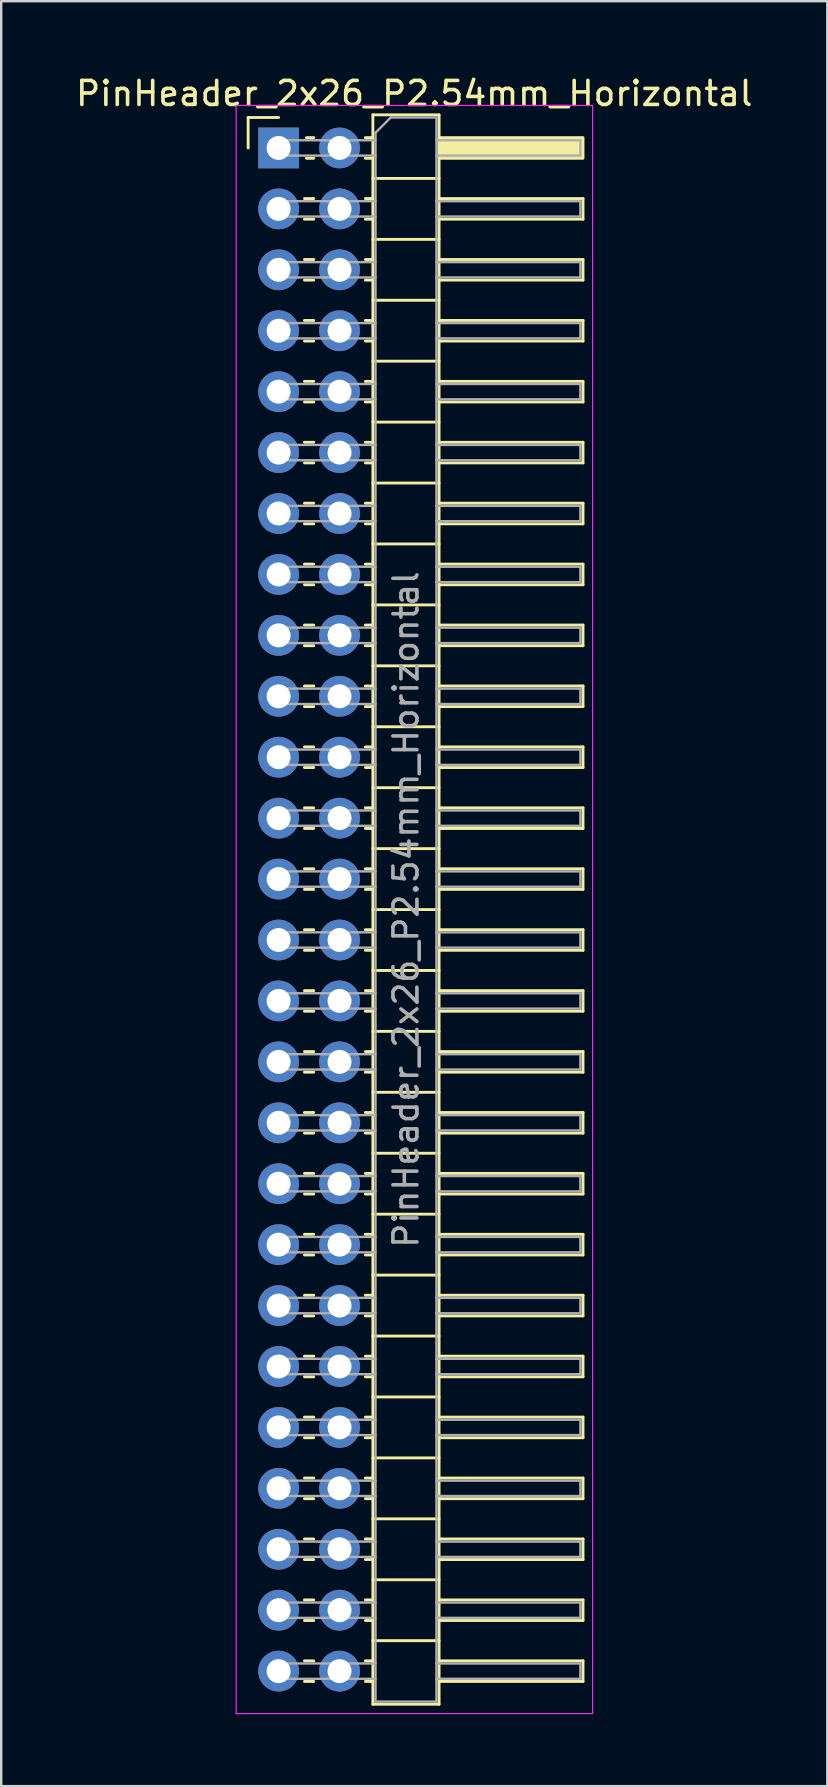
<source format=kicad_pcb>
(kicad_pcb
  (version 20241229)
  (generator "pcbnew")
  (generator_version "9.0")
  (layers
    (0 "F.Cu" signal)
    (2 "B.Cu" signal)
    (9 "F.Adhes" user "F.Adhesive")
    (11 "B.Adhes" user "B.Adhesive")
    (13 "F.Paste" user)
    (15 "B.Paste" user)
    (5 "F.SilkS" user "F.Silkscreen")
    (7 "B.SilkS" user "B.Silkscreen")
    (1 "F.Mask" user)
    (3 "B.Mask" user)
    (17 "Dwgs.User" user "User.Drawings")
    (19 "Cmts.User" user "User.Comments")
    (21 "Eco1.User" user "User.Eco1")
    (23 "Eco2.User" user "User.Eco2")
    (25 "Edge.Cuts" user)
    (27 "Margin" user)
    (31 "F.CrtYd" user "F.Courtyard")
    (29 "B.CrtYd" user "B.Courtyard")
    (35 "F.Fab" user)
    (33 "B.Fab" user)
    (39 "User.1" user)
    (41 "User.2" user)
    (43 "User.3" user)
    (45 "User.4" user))
  (footprint "PinHeader_2x26_P2.54mm_Horizontal"
    (layer "F.Cu")
    (at 8.565 3.118)
    (property "Reference" "PinHeader_2x26_P2.54mm_Horizontal" (at 5.655 -2.27 0) (layer "F.SilkS") (effects (font (size 1 1) (thickness 0.15))))
    (attr through_hole)
    (fp_line (start -1.27 -1.27) (end 0 -1.27) (stroke (width 0.12) (type solid)) (layer "F.SilkS"))
    (fp_line (start -1.27 0) (end -1.27 -1.27) (stroke (width 0.12) (type solid)) (layer "F.SilkS"))
    (fp_line (start 1.077 2.11) (end 1.463 2.11) (stroke (width 0.12) (type solid)) (layer "F.SilkS"))
    (fp_line (start 1.077 2.97) (end 1.463 2.97) (stroke (width 0.12) (type solid)) (layer "F.SilkS"))
    (fp_line (start 1.077 4.65) (end 1.463 4.65) (stroke (width 0.12) (type solid)) (layer "F.SilkS"))
    (fp_line (start 1.077 5.51) (end 1.463 5.51) (stroke (width 0.12) (type solid)) (layer "F.SilkS"))
    (fp_line (start 1.077 7.19) (end 1.463 7.19) (stroke (width 0.12) (type solid)) (layer "F.SilkS"))
    (fp_line (start 1.077 8.05) (end 1.463 8.05) (stroke (width 0.12) (type solid)) (layer "F.SilkS"))
    (fp_line (start 1.077 9.73) (end 1.463 9.73) (stroke (width 0.12) (type solid)) (layer "F.SilkS"))
    (fp_line (start 1.077 10.59) (end 1.463 10.59) (stroke (width 0.12) (type solid)) (layer "F.SilkS"))
    (fp_line (start 1.077 12.27) (end 1.463 12.27) (stroke (width 0.12) (type solid)) (layer "F.SilkS"))
    (fp_line (start 1.077 13.13) (end 1.463 13.13) (stroke (width 0.12) (type solid)) (layer "F.SilkS"))
    (fp_line (start 1.077 14.81) (end 1.463 14.81) (stroke (width 0.12) (type solid)) (layer "F.SilkS"))
    (fp_line (start 1.077 15.67) (end 1.463 15.67) (stroke (width 0.12) (type solid)) (layer "F.SilkS"))
    (fp_line (start 1.077 17.35) (end 1.463 17.35) (stroke (width 0.12) (type solid)) (layer "F.SilkS"))
    (fp_line (start 1.077 18.21) (end 1.463 18.21) (stroke (width 0.12) (type solid)) (layer "F.SilkS"))
    (fp_line (start 1.077 19.89) (end 1.463 19.89) (stroke (width 0.12) (type solid)) (layer "F.SilkS"))
    (fp_line (start 1.077 20.75) (end 1.463 20.75) (stroke (width 0.12) (type solid)) (layer "F.SilkS"))
    (fp_line (start 1.077 22.43) (end 1.463 22.43) (stroke (width 0.12) (type solid)) (layer "F.SilkS"))
    (fp_line (start 1.077 23.29) (end 1.463 23.29) (stroke (width 0.12) (type solid)) (layer "F.SilkS"))
    (fp_line (start 1.077 24.97) (end 1.463 24.97) (stroke (width 0.12) (type solid)) (layer "F.SilkS"))
    (fp_line (start 1.077 25.83) (end 1.463 25.83) (stroke (width 0.12) (type solid)) (layer "F.SilkS"))
    (fp_line (start 1.077 27.51) (end 1.463 27.51) (stroke (width 0.12) (type solid)) (layer "F.SilkS"))
    (fp_line (start 1.077 28.37) (end 1.463 28.37) (stroke (width 0.12) (type solid)) (layer "F.SilkS"))
    (fp_line (start 1.077 30.05) (end 1.463 30.05) (stroke (width 0.12) (type solid)) (layer "F.SilkS"))
    (fp_line (start 1.077 30.91) (end 1.463 30.91) (stroke (width 0.12) (type solid)) (layer "F.SilkS"))
    (fp_line (start 1.077 32.59) (end 1.463 32.59) (stroke (width 0.12) (type solid)) (layer "F.SilkS"))
    (fp_line (start 1.077 33.45) (end 1.463 33.45) (stroke (width 0.12) (type solid)) (layer "F.SilkS"))
    (fp_line (start 1.077 35.13) (end 1.463 35.13) (stroke (width 0.12) (type solid)) (layer "F.SilkS"))
    (fp_line (start 1.077 35.99) (end 1.463 35.99) (stroke (width 0.12) (type solid)) (layer "F.SilkS"))
    (fp_line (start 1.077 37.67) (end 1.463 37.67) (stroke (width 0.12) (type solid)) (layer "F.SilkS"))
    (fp_line (start 1.077 38.53) (end 1.463 38.53) (stroke (width 0.12) (type solid)) (layer "F.SilkS"))
    (fp_line (start 1.077 40.21) (end 1.463 40.21) (stroke (width 0.12) (type solid)) (layer "F.SilkS"))
    (fp_line (start 1.077 41.07) (end 1.463 41.07) (stroke (width 0.12) (type solid)) (layer "F.SilkS"))
    (fp_line (start 1.077 42.75) (end 1.463 42.75) (stroke (width 0.12) (type solid)) (layer "F.SilkS"))
    (fp_line (start 1.077 43.61) (end 1.463 43.61) (stroke (width 0.12) (type solid)) (layer "F.SilkS"))
    (fp_line (start 1.077 45.29) (end 1.463 45.29) (stroke (width 0.12) (type solid)) (layer "F.SilkS"))
    (fp_line (start 1.077 46.15) (end 1.463 46.15) (stroke (width 0.12) (type solid)) (layer "F.SilkS"))
    (fp_line (start 1.077 47.83) (end 1.463 47.83) (stroke (width 0.12) (type solid)) (layer "F.SilkS"))
    (fp_line (start 1.077 48.69) (end 1.463 48.69) (stroke (width 0.12) (type solid)) (layer "F.SilkS"))
    (fp_line (start 1.077 50.37) (end 1.463 50.37) (stroke (width 0.12) (type solid)) (layer "F.SilkS"))
    (fp_line (start 1.077 51.23) (end 1.463 51.23) (stroke (width 0.12) (type solid)) (layer "F.SilkS"))
    (fp_line (start 1.077 52.91) (end 1.463 52.91) (stroke (width 0.12) (type solid)) (layer "F.SilkS"))
    (fp_line (start 1.077 53.77) (end 1.463 53.77) (stroke (width 0.12) (type solid)) (layer "F.SilkS"))
    (fp_line (start 1.077 55.45) (end 1.463 55.45) (stroke (width 0.12) (type solid)) (layer "F.SilkS"))
    (fp_line (start 1.077 56.31) (end 1.463 56.31) (stroke (width 0.12) (type solid)) (layer "F.SilkS"))
    (fp_line (start 1.077 57.99) (end 1.463 57.99) (stroke (width 0.12) (type solid)) (layer "F.SilkS"))
    (fp_line (start 1.077 58.85) (end 1.463 58.85) (stroke (width 0.12) (type solid)) (layer "F.SilkS"))
    (fp_line (start 1.077 60.53) (end 1.463 60.53) (stroke (width 0.12) (type solid)) (layer "F.SilkS"))
    (fp_line (start 1.077 61.39) (end 1.463 61.39) (stroke (width 0.12) (type solid)) (layer "F.SilkS"))
    (fp_line (start 1.077 63.07) (end 1.463 63.07) (stroke (width 0.12) (type solid)) (layer "F.SilkS"))
    (fp_line (start 1.077 63.93) (end 1.463 63.93) (stroke (width 0.12) (type solid)) (layer "F.SilkS"))
    (fp_line (start 1.16 -0.43) (end 1.463 -0.43) (stroke (width 0.12) (type solid)) (layer "F.SilkS"))
    (fp_line (start 1.16 0.43) (end 1.463 0.43) (stroke (width 0.12) (type solid)) (layer "F.SilkS"))
    (fp_line (start 3.617 -0.43) (end 3.93 -0.43) (stroke (width 0.12) (type solid)) (layer "F.SilkS"))
    (fp_line (start 3.617 0.43) (end 3.93 0.43) (stroke (width 0.12) (type solid)) (layer "F.SilkS"))
    (fp_line (start 3.617 2.11) (end 3.93 2.11) (stroke (width 0.12) (type solid)) (layer "F.SilkS"))
    (fp_line (start 3.617 2.97) (end 3.93 2.97) (stroke (width 0.12) (type solid)) (layer "F.SilkS"))
    (fp_line (start 3.617 4.65) (end 3.93 4.65) (stroke (width 0.12) (type solid)) (layer "F.SilkS"))
    (fp_line (start 3.617 5.51) (end 3.93 5.51) (stroke (width 0.12) (type solid)) (layer "F.SilkS"))
    (fp_line (start 3.617 7.19) (end 3.93 7.19) (stroke (width 0.12) (type solid)) (layer "F.SilkS"))
    (fp_line (start 3.617 8.05) (end 3.93 8.05) (stroke (width 0.12) (type solid)) (layer "F.SilkS"))
    (fp_line (start 3.617 9.73) (end 3.93 9.73) (stroke (width 0.12) (type solid)) (layer "F.SilkS"))
    (fp_line (start 3.617 10.59) (end 3.93 10.59) (stroke (width 0.12) (type solid)) (layer "F.SilkS"))
    (fp_line (start 3.617 12.27) (end 3.93 12.27) (stroke (width 0.12) (type solid)) (layer "F.SilkS"))
    (fp_line (start 3.617 13.13) (end 3.93 13.13) (stroke (width 0.12) (type solid)) (layer "F.SilkS"))
    (fp_line (start 3.617 14.81) (end 3.93 14.81) (stroke (width 0.12) (type solid)) (layer "F.SilkS"))
    (fp_line (start 3.617 15.67) (end 3.93 15.67) (stroke (width 0.12) (type solid)) (layer "F.SilkS"))
    (fp_line (start 3.617 17.35) (end 3.93 17.35) (stroke (width 0.12) (type solid)) (layer "F.SilkS"))
    (fp_line (start 3.617 18.21) (end 3.93 18.21) (stroke (width 0.12) (type solid)) (layer "F.SilkS"))
    (fp_line (start 3.617 19.89) (end 3.93 19.89) (stroke (width 0.12) (type solid)) (layer "F.SilkS"))
    (fp_line (start 3.617 20.75) (end 3.93 20.75) (stroke (width 0.12) (type solid)) (layer "F.SilkS"))
    (fp_line (start 3.617 22.43) (end 3.93 22.43) (stroke (width 0.12) (type solid)) (layer "F.SilkS"))
    (fp_line (start 3.617 23.29) (end 3.93 23.29) (stroke (width 0.12) (type solid)) (layer "F.SilkS"))
    (fp_line (start 3.617 24.97) (end 3.93 24.97) (stroke (width 0.12) (type solid)) (layer "F.SilkS"))
    (fp_line (start 3.617 25.83) (end 3.93 25.83) (stroke (width 0.12) (type solid)) (layer "F.SilkS"))
    (fp_line (start 3.617 27.51) (end 3.93 27.51) (stroke (width 0.12) (type solid)) (layer "F.SilkS"))
    (fp_line (start 3.617 28.37) (end 3.93 28.37) (stroke (width 0.12) (type solid)) (layer "F.SilkS"))
    (fp_line (start 3.617 30.05) (end 3.93 30.05) (stroke (width 0.12) (type solid)) (layer "F.SilkS"))
    (fp_line (start 3.617 30.91) (end 3.93 30.91) (stroke (width 0.12) (type solid)) (layer "F.SilkS"))
    (fp_line (start 3.617 32.59) (end 3.93 32.59) (stroke (width 0.12) (type solid)) (layer "F.SilkS"))
    (fp_line (start 3.617 33.45) (end 3.93 33.45) (stroke (width 0.12) (type solid)) (layer "F.SilkS"))
    (fp_line (start 3.617 35.13) (end 3.93 35.13) (stroke (width 0.12) (type solid)) (layer "F.SilkS"))
    (fp_line (start 3.617 35.99) (end 3.93 35.99) (stroke (width 0.12) (type solid)) (layer "F.SilkS"))
    (fp_line (start 3.617 37.67) (end 3.93 37.67) (stroke (width 0.12) (type solid)) (layer "F.SilkS"))
    (fp_line (start 3.617 38.53) (end 3.93 38.53) (stroke (width 0.12) (type solid)) (layer "F.SilkS"))
    (fp_line (start 3.617 40.21) (end 3.93 40.21) (stroke (width 0.12) (type solid)) (layer "F.SilkS"))
    (fp_line (start 3.617 41.07) (end 3.93 41.07) (stroke (width 0.12) (type solid)) (layer "F.SilkS"))
    (fp_line (start 3.617 42.75) (end 3.93 42.75) (stroke (width 0.12) (type solid)) (layer "F.SilkS"))
    (fp_line (start 3.617 43.61) (end 3.93 43.61) (stroke (width 0.12) (type solid)) (layer "F.SilkS"))
    (fp_line (start 3.617 45.29) (end 3.93 45.29) (stroke (width 0.12) (type solid)) (layer "F.SilkS"))
    (fp_line (start 3.617 46.15) (end 3.93 46.15) (stroke (width 0.12) (type solid)) (layer "F.SilkS"))
    (fp_line (start 3.617 47.83) (end 3.93 47.83) (stroke (width 0.12) (type solid)) (layer "F.SilkS"))
    (fp_line (start 3.617 48.69) (end 3.93 48.69) (stroke (width 0.12) (type solid)) (layer "F.SilkS"))
    (fp_line (start 3.617 50.37) (end 3.93 50.37) (stroke (width 0.12) (type solid)) (layer "F.SilkS"))
    (fp_line (start 3.617 51.23) (end 3.93 51.23) (stroke (width 0.12) (type solid)) (layer "F.SilkS"))
    (fp_line (start 3.617 52.91) (end 3.93 52.91) (stroke (width 0.12) (type solid)) (layer "F.SilkS"))
    (fp_line (start 3.617 53.77) (end 3.93 53.77) (stroke (width 0.12) (type solid)) (layer "F.SilkS"))
    (fp_line (start 3.617 55.45) (end 3.93 55.45) (stroke (width 0.12) (type solid)) (layer "F.SilkS"))
    (fp_line (start 3.617 56.31) (end 3.93 56.31) (stroke (width 0.12) (type solid)) (layer "F.SilkS"))
    (fp_line (start 3.617 57.99) (end 3.93 57.99) (stroke (width 0.12) (type solid)) (layer "F.SilkS"))
    (fp_line (start 3.617 58.85) (end 3.93 58.85) (stroke (width 0.12) (type solid)) (layer "F.SilkS"))
    (fp_line (start 3.617 60.53) (end 3.93 60.53) (stroke (width 0.12) (type solid)) (layer "F.SilkS"))
    (fp_line (start 3.617 61.39) (end 3.93 61.39) (stroke (width 0.12) (type solid)) (layer "F.SilkS"))
    (fp_line (start 3.617 63.07) (end 3.93 63.07) (stroke (width 0.12) (type solid)) (layer "F.SilkS"))
    (fp_line (start 3.617 63.93) (end 3.93 63.93) (stroke (width 0.12) (type solid)) (layer "F.SilkS"))
    (fp_line (start 3.93 -1.38) (end 3.93 64.88) (stroke (width 0.12) (type solid)) (layer "F.SilkS"))
    (fp_line (start 3.93 1.27) (end 6.69 1.27) (stroke (width 0.12) (type solid)) (layer "F.SilkS"))
    (fp_line (start 3.93 3.81) (end 6.69 3.81) (stroke (width 0.12) (type solid)) (layer "F.SilkS"))
    (fp_line (start 3.93 6.35) (end 6.69 6.35) (stroke (width 0.12) (type solid)) (layer "F.SilkS"))
    (fp_line (start 3.93 8.89) (end 6.69 8.89) (stroke (width 0.12) (type solid)) (layer "F.SilkS"))
    (fp_line (start 3.93 11.43) (end 6.69 11.43) (stroke (width 0.12) (type solid)) (layer "F.SilkS"))
    (fp_line (start 3.93 13.97) (end 6.69 13.97) (stroke (width 0.12) (type solid)) (layer "F.SilkS"))
    (fp_line (start 3.93 16.51) (end 6.69 16.51) (stroke (width 0.12) (type solid)) (layer "F.SilkS"))
    (fp_line (start 3.93 19.05) (end 6.69 19.05) (stroke (width 0.12) (type solid)) (layer "F.SilkS"))
    (fp_line (start 3.93 21.59) (end 6.69 21.59) (stroke (width 0.12) (type solid)) (layer "F.SilkS"))
    (fp_line (start 3.93 24.13) (end 6.69 24.13) (stroke (width 0.12) (type solid)) (layer "F.SilkS"))
    (fp_line (start 3.93 26.67) (end 6.69 26.67) (stroke (width 0.12) (type solid)) (layer "F.SilkS"))
    (fp_line (start 3.93 29.21) (end 6.69 29.21) (stroke (width 0.12) (type solid)) (layer "F.SilkS"))
    (fp_line (start 3.93 31.75) (end 6.69 31.75) (stroke (width 0.12) (type solid)) (layer "F.SilkS"))
    (fp_line (start 3.93 34.29) (end 6.69 34.29) (stroke (width 0.12) (type solid)) (layer "F.SilkS"))
    (fp_line (start 3.93 36.83) (end 6.69 36.83) (stroke (width 0.12) (type solid)) (layer "F.SilkS"))
    (fp_line (start 3.93 39.37) (end 6.69 39.37) (stroke (width 0.12) (type solid)) (layer "F.SilkS"))
    (fp_line (start 3.93 41.91) (end 6.69 41.91) (stroke (width 0.12) (type solid)) (layer "F.SilkS"))
    (fp_line (start 3.93 44.45) (end 6.69 44.45) (stroke (width 0.12) (type solid)) (layer "F.SilkS"))
    (fp_line (start 3.93 46.99) (end 6.69 46.99) (stroke (width 0.12) (type solid)) (layer "F.SilkS"))
    (fp_line (start 3.93 49.53) (end 6.69 49.53) (stroke (width 0.12) (type solid)) (layer "F.SilkS"))
    (fp_line (start 3.93 52.07) (end 6.69 52.07) (stroke (width 0.12) (type solid)) (layer "F.SilkS"))
    (fp_line (start 3.93 54.61) (end 6.69 54.61) (stroke (width 0.12) (type solid)) (layer "F.SilkS"))
    (fp_line (start 3.93 57.15) (end 6.69 57.15) (stroke (width 0.12) (type solid)) (layer "F.SilkS"))
    (fp_line (start 3.93 59.69) (end 6.69 59.69) (stroke (width 0.12) (type solid)) (layer "F.SilkS"))
    (fp_line (start 3.93 62.23) (end 6.69 62.23) (stroke (width 0.12) (type solid)) (layer "F.SilkS"))
    (fp_line (start 3.93 64.88) (end 6.69 64.88) (stroke (width 0.12) (type solid)) (layer "F.SilkS"))
    (fp_line (start 6.69 -1.38) (end 3.93 -1.38) (stroke (width 0.12) (type solid)) (layer "F.SilkS"))
    (fp_line (start 6.69 2.11) (end 12.69 2.11) (stroke (width 0.12) (type solid)) (layer "F.SilkS"))
    (fp_line (start 6.69 4.65) (end 12.69 4.65) (stroke (width 0.12) (type solid)) (layer "F.SilkS"))
    (fp_line (start 6.69 7.19) (end 12.69 7.19) (stroke (width 0.12) (type solid)) (layer "F.SilkS"))
    (fp_line (start 6.69 9.73) (end 12.69 9.73) (stroke (width 0.12) (type solid)) (layer "F.SilkS"))
    (fp_line (start 6.69 12.27) (end 12.69 12.27) (stroke (width 0.12) (type solid)) (layer "F.SilkS"))
    (fp_line (start 6.69 14.81) (end 12.69 14.81) (stroke (width 0.12) (type solid)) (layer "F.SilkS"))
    (fp_line (start 6.69 17.35) (end 12.69 17.35) (stroke (width 0.12) (type solid)) (layer "F.SilkS"))
    (fp_line (start 6.69 19.89) (end 12.69 19.89) (stroke (width 0.12) (type solid)) (layer "F.SilkS"))
    (fp_line (start 6.69 22.43) (end 12.69 22.43) (stroke (width 0.12) (type solid)) (layer "F.SilkS"))
    (fp_line (start 6.69 24.97) (end 12.69 24.97) (stroke (width 0.12) (type solid)) (layer "F.SilkS"))
    (fp_line (start 6.69 27.51) (end 12.69 27.51) (stroke (width 0.12) (type solid)) (layer "F.SilkS"))
    (fp_line (start 6.69 30.05) (end 12.69 30.05) (stroke (width 0.12) (type solid)) (layer "F.SilkS"))
    (fp_line (start 6.69 32.59) (end 12.69 32.59) (stroke (width 0.12) (type solid)) (layer "F.SilkS"))
    (fp_line (start 6.69 35.13) (end 12.69 35.13) (stroke (width 0.12) (type solid)) (layer "F.SilkS"))
    (fp_line (start 6.69 37.67) (end 12.69 37.67) (stroke (width 0.12) (type solid)) (layer "F.SilkS"))
    (fp_line (start 6.69 40.21) (end 12.69 40.21) (stroke (width 0.12) (type solid)) (layer "F.SilkS"))
    (fp_line (start 6.69 42.75) (end 12.69 42.75) (stroke (width 0.12) (type solid)) (layer "F.SilkS"))
    (fp_line (start 6.69 45.29) (end 12.69 45.29) (stroke (width 0.12) (type solid)) (layer "F.SilkS"))
    (fp_line (start 6.69 47.83) (end 12.69 47.83) (stroke (width 0.12) (type solid)) (layer "F.SilkS"))
    (fp_line (start 6.69 50.37) (end 12.69 50.37) (stroke (width 0.12) (type solid)) (layer "F.SilkS"))
    (fp_line (start 6.69 52.91) (end 12.69 52.91) (stroke (width 0.12) (type solid)) (layer "F.SilkS"))
    (fp_line (start 6.69 55.45) (end 12.69 55.45) (stroke (width 0.12) (type solid)) (layer "F.SilkS"))
    (fp_line (start 6.69 57.99) (end 12.69 57.99) (stroke (width 0.12) (type solid)) (layer "F.SilkS"))
    (fp_line (start 6.69 60.53) (end 12.69 60.53) (stroke (width 0.12) (type solid)) (layer "F.SilkS"))
    (fp_line (start 6.69 63.07) (end 12.69 63.07) (stroke (width 0.12) (type solid)) (layer "F.SilkS"))
    (fp_line (start 6.69 64.88) (end 6.69 -1.38) (stroke (width 0.12) (type solid)) (layer "F.SilkS"))
    (fp_line (start 12.69 2.11) (end 12.69 2.97) (stroke (width 0.12) (type solid)) (layer "F.SilkS"))
    (fp_line (start 12.69 2.97) (end 6.69 2.97) (stroke (width 0.12) (type solid)) (layer "F.SilkS"))
    (fp_line (start 12.69 4.65) (end 12.69 5.51) (stroke (width 0.12) (type solid)) (layer "F.SilkS"))
    (fp_line (start 12.69 5.51) (end 6.69 5.51) (stroke (width 0.12) (type solid)) (layer "F.SilkS"))
    (fp_line (start 12.69 7.19) (end 12.69 8.05) (stroke (width 0.12) (type solid)) (layer "F.SilkS"))
    (fp_line (start 12.69 8.05) (end 6.69 8.05) (stroke (width 0.12) (type solid)) (layer "F.SilkS"))
    (fp_line (start 12.69 9.73) (end 12.69 10.59) (stroke (width 0.12) (type solid)) (layer "F.SilkS"))
    (fp_line (start 12.69 10.59) (end 6.69 10.59) (stroke (width 0.12) (type solid)) (layer "F.SilkS"))
    (fp_line (start 12.69 12.27) (end 12.69 13.13) (stroke (width 0.12) (type solid)) (layer "F.SilkS"))
    (fp_line (start 12.69 13.13) (end 6.69 13.13) (stroke (width 0.12) (type solid)) (layer "F.SilkS"))
    (fp_line (start 12.69 14.81) (end 12.69 15.67) (stroke (width 0.12) (type solid)) (layer "F.SilkS"))
    (fp_line (start 12.69 15.67) (end 6.69 15.67) (stroke (width 0.12) (type solid)) (layer "F.SilkS"))
    (fp_line (start 12.69 17.35) (end 12.69 18.21) (stroke (width 0.12) (type solid)) (layer "F.SilkS"))
    (fp_line (start 12.69 18.21) (end 6.69 18.21) (stroke (width 0.12) (type solid)) (layer "F.SilkS"))
    (fp_line (start 12.69 19.89) (end 12.69 20.75) (stroke (width 0.12) (type solid)) (layer "F.SilkS"))
    (fp_line (start 12.69 20.75) (end 6.69 20.75) (stroke (width 0.12) (type solid)) (layer "F.SilkS"))
    (fp_line (start 12.69 22.43) (end 12.69 23.29) (stroke (width 0.12) (type solid)) (layer "F.SilkS"))
    (fp_line (start 12.69 23.29) (end 6.69 23.29) (stroke (width 0.12) (type solid)) (layer "F.SilkS"))
    (fp_line (start 12.69 24.97) (end 12.69 25.83) (stroke (width 0.12) (type solid)) (layer "F.SilkS"))
    (fp_line (start 12.69 25.83) (end 6.69 25.83) (stroke (width 0.12) (type solid)) (layer "F.SilkS"))
    (fp_line (start 12.69 27.51) (end 12.69 28.37) (stroke (width 0.12) (type solid)) (layer "F.SilkS"))
    (fp_line (start 12.69 28.37) (end 6.69 28.37) (stroke (width 0.12) (type solid)) (layer "F.SilkS"))
    (fp_line (start 12.69 30.05) (end 12.69 30.91) (stroke (width 0.12) (type solid)) (layer "F.SilkS"))
    (fp_line (start 12.69 30.91) (end 6.69 30.91) (stroke (width 0.12) (type solid)) (layer "F.SilkS"))
    (fp_line (start 12.69 32.59) (end 12.69 33.45) (stroke (width 0.12) (type solid)) (layer "F.SilkS"))
    (fp_line (start 12.69 33.45) (end 6.69 33.45) (stroke (width 0.12) (type solid)) (layer "F.SilkS"))
    (fp_line (start 12.69 35.13) (end 12.69 35.99) (stroke (width 0.12) (type solid)) (layer "F.SilkS"))
    (fp_line (start 12.69 35.99) (end 6.69 35.99) (stroke (width 0.12) (type solid)) (layer "F.SilkS"))
    (fp_line (start 12.69 37.67) (end 12.69 38.53) (stroke (width 0.12) (type solid)) (layer "F.SilkS"))
    (fp_line (start 12.69 38.53) (end 6.69 38.53) (stroke (width 0.12) (type solid)) (layer "F.SilkS"))
    (fp_line (start 12.69 40.21) (end 12.69 41.07) (stroke (width 0.12) (type solid)) (layer "F.SilkS"))
    (fp_line (start 12.69 41.07) (end 6.69 41.07) (stroke (width 0.12) (type solid)) (layer "F.SilkS"))
    (fp_line (start 12.69 42.75) (end 12.69 43.61) (stroke (width 0.12) (type solid)) (layer "F.SilkS"))
    (fp_line (start 12.69 43.61) (end 6.69 43.61) (stroke (width 0.12) (type solid)) (layer "F.SilkS"))
    (fp_line (start 12.69 45.29) (end 12.69 46.15) (stroke (width 0.12) (type solid)) (layer "F.SilkS"))
    (fp_line (start 12.69 46.15) (end 6.69 46.15) (stroke (width 0.12) (type solid)) (layer "F.SilkS"))
    (fp_line (start 12.69 47.83) (end 12.69 48.69) (stroke (width 0.12) (type solid)) (layer "F.SilkS"))
    (fp_line (start 12.69 48.69) (end 6.69 48.69) (stroke (width 0.12) (type solid)) (layer "F.SilkS"))
    (fp_line (start 12.69 50.37) (end 12.69 51.23) (stroke (width 0.12) (type solid)) (layer "F.SilkS"))
    (fp_line (start 12.69 51.23) (end 6.69 51.23) (stroke (width 0.12) (type solid)) (layer "F.SilkS"))
    (fp_line (start 12.69 52.91) (end 12.69 53.77) (stroke (width 0.12) (type solid)) (layer "F.SilkS"))
    (fp_line (start 12.69 53.77) (end 6.69 53.77) (stroke (width 0.12) (type solid)) (layer "F.SilkS"))
    (fp_line (start 12.69 55.45) (end 12.69 56.31) (stroke (width 0.12) (type solid)) (layer "F.SilkS"))
    (fp_line (start 12.69 56.31) (end 6.69 56.31) (stroke (width 0.12) (type solid)) (layer "F.SilkS"))
    (fp_line (start 12.69 57.99) (end 12.69 58.85) (stroke (width 0.12) (type solid)) (layer "F.SilkS"))
    (fp_line (start 12.69 58.85) (end 6.69 58.85) (stroke (width 0.12) (type solid)) (layer "F.SilkS"))
    (fp_line (start 12.69 60.53) (end 12.69 61.39) (stroke (width 0.12) (type solid)) (layer "F.SilkS"))
    (fp_line (start 12.69 61.39) (end 6.69 61.39) (stroke (width 0.12) (type solid)) (layer "F.SilkS"))
    (fp_line (start 12.69 63.07) (end 12.69 63.93) (stroke (width 0.12) (type solid)) (layer "F.SilkS"))
    (fp_line (start 12.69 63.93) (end 6.69 63.93) (stroke (width 0.12) (type solid)) (layer "F.SilkS"))
    (fp_rect (start 6.69 -0.43) (end 12.69 0.43) (stroke (width 0.12) (type solid)) (fill yes) (layer "F.SilkS"))
    (fp_line (start -1.77 -1.77) (end -1.77 65.27) (stroke (width 0.05) (type solid)) (layer "F.CrtYd"))
    (fp_line (start -1.77 65.27) (end 13.09 65.27) (stroke (width 0.05) (type solid)) (layer "F.CrtYd"))
    (fp_line (start 13.09 -1.77) (end -1.77 -1.77) (stroke (width 0.05) (type solid)) (layer "F.CrtYd"))
    (fp_line (start 13.09 65.27) (end 13.09 -1.77) (stroke (width 0.05) (type solid)) (layer "F.CrtYd"))
    (fp_line (start -0.32 -0.32) (end -0.32 0.32) (stroke (width 0.1) (type solid)) (layer "F.Fab"))
    (fp_line (start -0.32 -0.32) (end 4.04 -0.32) (stroke (width 0.1) (type solid)) (layer "F.Fab"))
    (fp_line (start -0.32 0.32) (end 4.04 0.32) (stroke (width 0.1) (type solid)) (layer "F.Fab"))
    (fp_line (start -0.32 2.22) (end -0.32 2.86) (stroke (width 0.1) (type solid)) (layer "F.Fab"))
    (fp_line (start -0.32 2.22) (end 4.04 2.22) (stroke (width 0.1) (type solid)) (layer "F.Fab"))
    (fp_line (start -0.32 2.86) (end 4.04 2.86) (stroke (width 0.1) (type solid)) (layer "F.Fab"))
    (fp_line (start -0.32 4.76) (end -0.32 5.4) (stroke (width 0.1) (type solid)) (layer "F.Fab"))
    (fp_line (start -0.32 4.76) (end 4.04 4.76) (stroke (width 0.1) (type solid)) (layer "F.Fab"))
    (fp_line (start -0.32 5.4) (end 4.04 5.4) (stroke (width 0.1) (type solid)) (layer "F.Fab"))
    (fp_line (start -0.32 7.3) (end -0.32 7.94) (stroke (width 0.1) (type solid)) (layer "F.Fab"))
    (fp_line (start -0.32 7.3) (end 4.04 7.3) (stroke (width 0.1) (type solid)) (layer "F.Fab"))
    (fp_line (start -0.32 7.94) (end 4.04 7.94) (stroke (width 0.1) (type solid)) (layer "F.Fab"))
    (fp_line (start -0.32 9.84) (end -0.32 10.48) (stroke (width 0.1) (type solid)) (layer "F.Fab"))
    (fp_line (start -0.32 9.84) (end 4.04 9.84) (stroke (width 0.1) (type solid)) (layer "F.Fab"))
    (fp_line (start -0.32 10.48) (end 4.04 10.48) (stroke (width 0.1) (type solid)) (layer "F.Fab"))
    (fp_line (start -0.32 12.38) (end -0.32 13.02) (stroke (width 0.1) (type solid)) (layer "F.Fab"))
    (fp_line (start -0.32 12.38) (end 4.04 12.38) (stroke (width 0.1) (type solid)) (layer "F.Fab"))
    (fp_line (start -0.32 13.02) (end 4.04 13.02) (stroke (width 0.1) (type solid)) (layer "F.Fab"))
    (fp_line (start -0.32 14.92) (end -0.32 15.56) (stroke (width 0.1) (type solid)) (layer "F.Fab"))
    (fp_line (start -0.32 14.92) (end 4.04 14.92) (stroke (width 0.1) (type solid)) (layer "F.Fab"))
    (fp_line (start -0.32 15.56) (end 4.04 15.56) (stroke (width 0.1) (type solid)) (layer "F.Fab"))
    (fp_line (start -0.32 17.46) (end -0.32 18.1) (stroke (width 0.1) (type solid)) (layer "F.Fab"))
    (fp_line (start -0.32 17.46) (end 4.04 17.46) (stroke (width 0.1) (type solid)) (layer "F.Fab"))
    (fp_line (start -0.32 18.1) (end 4.04 18.1) (stroke (width 0.1) (type solid)) (layer "F.Fab"))
    (fp_line (start -0.32 20) (end -0.32 20.64) (stroke (width 0.1) (type solid)) (layer "F.Fab"))
    (fp_line (start -0.32 20) (end 4.04 20) (stroke (width 0.1) (type solid)) (layer "F.Fab"))
    (fp_line (start -0.32 20.64) (end 4.04 20.64) (stroke (width 0.1) (type solid)) (layer "F.Fab"))
    (fp_line (start -0.32 22.54) (end -0.32 23.18) (stroke (width 0.1) (type solid)) (layer "F.Fab"))
    (fp_line (start -0.32 22.54) (end 4.04 22.54) (stroke (width 0.1) (type solid)) (layer "F.Fab"))
    (fp_line (start -0.32 23.18) (end 4.04 23.18) (stroke (width 0.1) (type solid)) (layer "F.Fab"))
    (fp_line (start -0.32 25.08) (end -0.32 25.72) (stroke (width 0.1) (type solid)) (layer "F.Fab"))
    (fp_line (start -0.32 25.08) (end 4.04 25.08) (stroke (width 0.1) (type solid)) (layer "F.Fab"))
    (fp_line (start -0.32 25.72) (end 4.04 25.72) (stroke (width 0.1) (type solid)) (layer "F.Fab"))
    (fp_line (start -0.32 27.62) (end -0.32 28.26) (stroke (width 0.1) (type solid)) (layer "F.Fab"))
    (fp_line (start -0.32 27.62) (end 4.04 27.62) (stroke (width 0.1) (type solid)) (layer "F.Fab"))
    (fp_line (start -0.32 28.26) (end 4.04 28.26) (stroke (width 0.1) (type solid)) (layer "F.Fab"))
    (fp_line (start -0.32 30.16) (end -0.32 30.8) (stroke (width 0.1) (type solid)) (layer "F.Fab"))
    (fp_line (start -0.32 30.16) (end 4.04 30.16) (stroke (width 0.1) (type solid)) (layer "F.Fab"))
    (fp_line (start -0.32 30.8) (end 4.04 30.8) (stroke (width 0.1) (type solid)) (layer "F.Fab"))
    (fp_line (start -0.32 32.7) (end -0.32 33.34) (stroke (width 0.1) (type solid)) (layer "F.Fab"))
    (fp_line (start -0.32 32.7) (end 4.04 32.7) (stroke (width 0.1) (type solid)) (layer "F.Fab"))
    (fp_line (start -0.32 33.34) (end 4.04 33.34) (stroke (width 0.1) (type solid)) (layer "F.Fab"))
    (fp_line (start -0.32 35.24) (end -0.32 35.88) (stroke (width 0.1) (type solid)) (layer "F.Fab"))
    (fp_line (start -0.32 35.24) (end 4.04 35.24) (stroke (width 0.1) (type solid)) (layer "F.Fab"))
    (fp_line (start -0.32 35.88) (end 4.04 35.88) (stroke (width 0.1) (type solid)) (layer "F.Fab"))
    (fp_line (start -0.32 37.78) (end -0.32 38.42) (stroke (width 0.1) (type solid)) (layer "F.Fab"))
    (fp_line (start -0.32 37.78) (end 4.04 37.78) (stroke (width 0.1) (type solid)) (layer "F.Fab"))
    (fp_line (start -0.32 38.42) (end 4.04 38.42) (stroke (width 0.1) (type solid)) (layer "F.Fab"))
    (fp_line (start -0.32 40.32) (end -0.32 40.96) (stroke (width 0.1) (type solid)) (layer "F.Fab"))
    (fp_line (start -0.32 40.32) (end 4.04 40.32) (stroke (width 0.1) (type solid)) (layer "F.Fab"))
    (fp_line (start -0.32 40.96) (end 4.04 40.96) (stroke (width 0.1) (type solid)) (layer "F.Fab"))
    (fp_line (start -0.32 42.86) (end -0.32 43.5) (stroke (width 0.1) (type solid)) (layer "F.Fab"))
    (fp_line (start -0.32 42.86) (end 4.04 42.86) (stroke (width 0.1) (type solid)) (layer "F.Fab"))
    (fp_line (start -0.32 43.5) (end 4.04 43.5) (stroke (width 0.1) (type solid)) (layer "F.Fab"))
    (fp_line (start -0.32 45.4) (end -0.32 46.04) (stroke (width 0.1) (type solid)) (layer "F.Fab"))
    (fp_line (start -0.32 45.4) (end 4.04 45.4) (stroke (width 0.1) (type solid)) (layer "F.Fab"))
    (fp_line (start -0.32 46.04) (end 4.04 46.04) (stroke (width 0.1) (type solid)) (layer "F.Fab"))
    (fp_line (start -0.32 47.94) (end -0.32 48.58) (stroke (width 0.1) (type solid)) (layer "F.Fab"))
    (fp_line (start -0.32 47.94) (end 4.04 47.94) (stroke (width 0.1) (type solid)) (layer "F.Fab"))
    (fp_line (start -0.32 48.58) (end 4.04 48.58) (stroke (width 0.1) (type solid)) (layer "F.Fab"))
    (fp_line (start -0.32 50.48) (end -0.32 51.12) (stroke (width 0.1) (type solid)) (layer "F.Fab"))
    (fp_line (start -0.32 50.48) (end 4.04 50.48) (stroke (width 0.1) (type solid)) (layer "F.Fab"))
    (fp_line (start -0.32 51.12) (end 4.04 51.12) (stroke (width 0.1) (type solid)) (layer "F.Fab"))
    (fp_line (start -0.32 53.02) (end -0.32 53.66) (stroke (width 0.1) (type solid)) (layer "F.Fab"))
    (fp_line (start -0.32 53.02) (end 4.04 53.02) (stroke (width 0.1) (type solid)) (layer "F.Fab"))
    (fp_line (start -0.32 53.66) (end 4.04 53.66) (stroke (width 0.1) (type solid)) (layer "F.Fab"))
    (fp_line (start -0.32 55.56) (end -0.32 56.2) (stroke (width 0.1) (type solid)) (layer "F.Fab"))
    (fp_line (start -0.32 55.56) (end 4.04 55.56) (stroke (width 0.1) (type solid)) (layer "F.Fab"))
    (fp_line (start -0.32 56.2) (end 4.04 56.2) (stroke (width 0.1) (type solid)) (layer "F.Fab"))
    (fp_line (start -0.32 58.1) (end -0.32 58.74) (stroke (width 0.1) (type solid)) (layer "F.Fab"))
    (fp_line (start -0.32 58.1) (end 4.04 58.1) (stroke (width 0.1) (type solid)) (layer "F.Fab"))
    (fp_line (start -0.32 58.74) (end 4.04 58.74) (stroke (width 0.1) (type solid)) (layer "F.Fab"))
    (fp_line (start -0.32 60.64) (end -0.32 61.28) (stroke (width 0.1) (type solid)) (layer "F.Fab"))
    (fp_line (start -0.32 60.64) (end 4.04 60.64) (stroke (width 0.1) (type solid)) (layer "F.Fab"))
    (fp_line (start -0.32 61.28) (end 4.04 61.28) (stroke (width 0.1) (type solid)) (layer "F.Fab"))
    (fp_line (start -0.32 63.18) (end -0.32 63.82) (stroke (width 0.1) (type solid)) (layer "F.Fab"))
    (fp_line (start -0.32 63.18) (end 4.04 63.18) (stroke (width 0.1) (type solid)) (layer "F.Fab"))
    (fp_line (start -0.32 63.82) (end 4.04 63.82) (stroke (width 0.1) (type solid)) (layer "F.Fab"))
    (fp_line (start 4.04 -0.635) (end 4.675 -1.27) (stroke (width 0.1) (type solid)) (layer "F.Fab"))
    (fp_line (start 4.04 64.77) (end 4.04 -0.635) (stroke (width 0.1) (type solid)) (layer "F.Fab"))
    (fp_line (start 4.675 -1.27) (end 6.58 -1.27) (stroke (width 0.1) (type solid)) (layer "F.Fab"))
    (fp_line (start 6.58 -1.27) (end 6.58 64.77) (stroke (width 0.1) (type solid)) (layer "F.Fab"))
    (fp_line (start 6.58 -0.32) (end 12.58 -0.32) (stroke (width 0.1) (type solid)) (layer "F.Fab"))
    (fp_line (start 6.58 0.32) (end 12.58 0.32) (stroke (width 0.1) (type solid)) (layer "F.Fab"))
    (fp_line (start 6.58 2.22) (end 12.58 2.22) (stroke (width 0.1) (type solid)) (layer "F.Fab"))
    (fp_line (start 6.58 2.86) (end 12.58 2.86) (stroke (width 0.1) (type solid)) (layer "F.Fab"))
    (fp_line (start 6.58 4.76) (end 12.58 4.76) (stroke (width 0.1) (type solid)) (layer "F.Fab"))
    (fp_line (start 6.58 5.4) (end 12.58 5.4) (stroke (width 0.1) (type solid)) (layer "F.Fab"))
    (fp_line (start 6.58 7.3) (end 12.58 7.3) (stroke (width 0.1) (type solid)) (layer "F.Fab"))
    (fp_line (start 6.58 7.94) (end 12.58 7.94) (stroke (width 0.1) (type solid)) (layer "F.Fab"))
    (fp_line (start 6.58 9.84) (end 12.58 9.84) (stroke (width 0.1) (type solid)) (layer "F.Fab"))
    (fp_line (start 6.58 10.48) (end 12.58 10.48) (stroke (width 0.1) (type solid)) (layer "F.Fab"))
    (fp_line (start 6.58 12.38) (end 12.58 12.38) (stroke (width 0.1) (type solid)) (layer "F.Fab"))
    (fp_line (start 6.58 13.02) (end 12.58 13.02) (stroke (width 0.1) (type solid)) (layer "F.Fab"))
    (fp_line (start 6.58 14.92) (end 12.58 14.92) (stroke (width 0.1) (type solid)) (layer "F.Fab"))
    (fp_line (start 6.58 15.56) (end 12.58 15.56) (stroke (width 0.1) (type solid)) (layer "F.Fab"))
    (fp_line (start 6.58 17.46) (end 12.58 17.46) (stroke (width 0.1) (type solid)) (layer "F.Fab"))
    (fp_line (start 6.58 18.1) (end 12.58 18.1) (stroke (width 0.1) (type solid)) (layer "F.Fab"))
    (fp_line (start 6.58 20) (end 12.58 20) (stroke (width 0.1) (type solid)) (layer "F.Fab"))
    (fp_line (start 6.58 20.64) (end 12.58 20.64) (stroke (width 0.1) (type solid)) (layer "F.Fab"))
    (fp_line (start 6.58 22.54) (end 12.58 22.54) (stroke (width 0.1) (type solid)) (layer "F.Fab"))
    (fp_line (start 6.58 23.18) (end 12.58 23.18) (stroke (width 0.1) (type solid)) (layer "F.Fab"))
    (fp_line (start 6.58 25.08) (end 12.58 25.08) (stroke (width 0.1) (type solid)) (layer "F.Fab"))
    (fp_line (start 6.58 25.72) (end 12.58 25.72) (stroke (width 0.1) (type solid)) (layer "F.Fab"))
    (fp_line (start 6.58 27.62) (end 12.58 27.62) (stroke (width 0.1) (type solid)) (layer "F.Fab"))
    (fp_line (start 6.58 28.26) (end 12.58 28.26) (stroke (width 0.1) (type solid)) (layer "F.Fab"))
    (fp_line (start 6.58 30.16) (end 12.58 30.16) (stroke (width 0.1) (type solid)) (layer "F.Fab"))
    (fp_line (start 6.58 30.8) (end 12.58 30.8) (stroke (width 0.1) (type solid)) (layer "F.Fab"))
    (fp_line (start 6.58 32.7) (end 12.58 32.7) (stroke (width 0.1) (type solid)) (layer "F.Fab"))
    (fp_line (start 6.58 33.34) (end 12.58 33.34) (stroke (width 0.1) (type solid)) (layer "F.Fab"))
    (fp_line (start 6.58 35.24) (end 12.58 35.24) (stroke (width 0.1) (type solid)) (layer "F.Fab"))
    (fp_line (start 6.58 35.88) (end 12.58 35.88) (stroke (width 0.1) (type solid)) (layer "F.Fab"))
    (fp_line (start 6.58 37.78) (end 12.58 37.78) (stroke (width 0.1) (type solid)) (layer "F.Fab"))
    (fp_line (start 6.58 38.42) (end 12.58 38.42) (stroke (width 0.1) (type solid)) (layer "F.Fab"))
    (fp_line (start 6.58 40.32) (end 12.58 40.32) (stroke (width 0.1) (type solid)) (layer "F.Fab"))
    (fp_line (start 6.58 40.96) (end 12.58 40.96) (stroke (width 0.1) (type solid)) (layer "F.Fab"))
    (fp_line (start 6.58 42.86) (end 12.58 42.86) (stroke (width 0.1) (type solid)) (layer "F.Fab"))
    (fp_line (start 6.58 43.5) (end 12.58 43.5) (stroke (width 0.1) (type solid)) (layer "F.Fab"))
    (fp_line (start 6.58 45.4) (end 12.58 45.4) (stroke (width 0.1) (type solid)) (layer "F.Fab"))
    (fp_line (start 6.58 46.04) (end 12.58 46.04) (stroke (width 0.1) (type solid)) (layer "F.Fab"))
    (fp_line (start 6.58 47.94) (end 12.58 47.94) (stroke (width 0.1) (type solid)) (layer "F.Fab"))
    (fp_line (start 6.58 48.58) (end 12.58 48.58) (stroke (width 0.1) (type solid)) (layer "F.Fab"))
    (fp_line (start 6.58 50.48) (end 12.58 50.48) (stroke (width 0.1) (type solid)) (layer "F.Fab"))
    (fp_line (start 6.58 51.12) (end 12.58 51.12) (stroke (width 0.1) (type solid)) (layer "F.Fab"))
    (fp_line (start 6.58 53.02) (end 12.58 53.02) (stroke (width 0.1) (type solid)) (layer "F.Fab"))
    (fp_line (start 6.58 53.66) (end 12.58 53.66) (stroke (width 0.1) (type solid)) (layer "F.Fab"))
    (fp_line (start 6.58 55.56) (end 12.58 55.56) (stroke (width 0.1) (type solid)) (layer "F.Fab"))
    (fp_line (start 6.58 56.2) (end 12.58 56.2) (stroke (width 0.1) (type solid)) (layer "F.Fab"))
    (fp_line (start 6.58 58.1) (end 12.58 58.1) (stroke (width 0.1) (type solid)) (layer "F.Fab"))
    (fp_line (start 6.58 58.74) (end 12.58 58.74) (stroke (width 0.1) (type solid)) (layer "F.Fab"))
    (fp_line (start 6.58 60.64) (end 12.58 60.64) (stroke (width 0.1) (type solid)) (layer "F.Fab"))
    (fp_line (start 6.58 61.28) (end 12.58 61.28) (stroke (width 0.1) (type solid)) (layer "F.Fab"))
    (fp_line (start 6.58 63.18) (end 12.58 63.18) (stroke (width 0.1) (type solid)) (layer "F.Fab"))
    (fp_line (start 6.58 63.82) (end 12.58 63.82) (stroke (width 0.1) (type solid)) (layer "F.Fab"))
    (fp_line (start 6.58 64.77) (end 4.04 64.77) (stroke (width 0.1) (type solid)) (layer "F.Fab"))
    (fp_line (start 12.58 -0.32) (end 12.58 0.32) (stroke (width 0.1) (type solid)) (layer "F.Fab"))
    (fp_line (start 12.58 2.22) (end 12.58 2.86) (stroke (width 0.1) (type solid)) (layer "F.Fab"))
    (fp_line (start 12.58 4.76) (end 12.58 5.4) (stroke (width 0.1) (type solid)) (layer "F.Fab"))
    (fp_line (start 12.58 7.3) (end 12.58 7.94) (stroke (width 0.1) (type solid)) (layer "F.Fab"))
    (fp_line (start 12.58 9.84) (end 12.58 10.48) (stroke (width 0.1) (type solid)) (layer "F.Fab"))
    (fp_line (start 12.58 12.38) (end 12.58 13.02) (stroke (width 0.1) (type solid)) (layer "F.Fab"))
    (fp_line (start 12.58 14.92) (end 12.58 15.56) (stroke (width 0.1) (type solid)) (layer "F.Fab"))
    (fp_line (start 12.58 17.46) (end 12.58 18.1) (stroke (width 0.1) (type solid)) (layer "F.Fab"))
    (fp_line (start 12.58 20) (end 12.58 20.64) (stroke (width 0.1) (type solid)) (layer "F.Fab"))
    (fp_line (start 12.58 22.54) (end 12.58 23.18) (stroke (width 0.1) (type solid)) (layer "F.Fab"))
    (fp_line (start 12.58 25.08) (end 12.58 25.72) (stroke (width 0.1) (type solid)) (layer "F.Fab"))
    (fp_line (start 12.58 27.62) (end 12.58 28.26) (stroke (width 0.1) (type solid)) (layer "F.Fab"))
    (fp_line (start 12.58 30.16) (end 12.58 30.8) (stroke (width 0.1) (type solid)) (layer "F.Fab"))
    (fp_line (start 12.58 32.7) (end 12.58 33.34) (stroke (width 0.1) (type solid)) (layer "F.Fab"))
    (fp_line (start 12.58 35.24) (end 12.58 35.88) (stroke (width 0.1) (type solid)) (layer "F.Fab"))
    (fp_line (start 12.58 37.78) (end 12.58 38.42) (stroke (width 0.1) (type solid)) (layer "F.Fab"))
    (fp_line (start 12.58 40.32) (end 12.58 40.96) (stroke (width 0.1) (type solid)) (layer "F.Fab"))
    (fp_line (start 12.58 42.86) (end 12.58 43.5) (stroke (width 0.1) (type solid)) (layer "F.Fab"))
    (fp_line (start 12.58 45.4) (end 12.58 46.04) (stroke (width 0.1) (type solid)) (layer "F.Fab"))
    (fp_line (start 12.58 47.94) (end 12.58 48.58) (stroke (width 0.1) (type solid)) (layer "F.Fab"))
    (fp_line (start 12.58 50.48) (end 12.58 51.12) (stroke (width 0.1) (type solid)) (layer "F.Fab"))
    (fp_line (start 12.58 53.02) (end 12.58 53.66) (stroke (width 0.1) (type solid)) (layer "F.Fab"))
    (fp_line (start 12.58 55.56) (end 12.58 56.2) (stroke (width 0.1) (type solid)) (layer "F.Fab"))
    (fp_line (start 12.58 58.1) (end 12.58 58.74) (stroke (width 0.1) (type solid)) (layer "F.Fab"))
    (fp_line (start 12.58 60.64) (end 12.58 61.28) (stroke (width 0.1) (type solid)) (layer "F.Fab"))
    (fp_line (start 12.58 63.18) (end 12.58 63.82) (stroke (width 0.1) (type solid)) (layer "F.Fab"))
    (fp_text user "${REFERENCE}" (at 5.31 31.75 90) (layer "F.Fab") (effects (font (size 1 1) (thickness 0.15))))
    (pad "1" thru_hole rect (at 0 0) (size 1.7 1.7) (drill 1) (layers "*.Cu" "*.Mask"))
    (pad "2" thru_hole circle (at 2.54 0) (size 1.7 1.7) (drill 1) (layers "*.Cu" "*.Mask"))
    (pad "3" thru_hole circle (at 0 2.54) (size 1.7 1.7) (drill 1) (layers "*.Cu" "*.Mask"))
    (pad "4" thru_hole circle (at 2.54 2.54) (size 1.7 1.7) (drill 1) (layers "*.Cu" "*.Mask"))
    (pad "5" thru_hole circle (at 0 5.08) (size 1.7 1.7) (drill 1) (layers "*.Cu" "*.Mask"))
    (pad "6" thru_hole circle (at 2.54 5.08) (size 1.7 1.7) (drill 1) (layers "*.Cu" "*.Mask"))
    (pad "7" thru_hole circle (at 0 7.62) (size 1.7 1.7) (drill 1) (layers "*.Cu" "*.Mask"))
    (pad "8" thru_hole circle (at 2.54 7.62) (size 1.7 1.7) (drill 1) (layers "*.Cu" "*.Mask"))
    (pad "9" thru_hole circle (at 0 10.16) (size 1.7 1.7) (drill 1) (layers "*.Cu" "*.Mask"))
    (pad "10" thru_hole circle (at 2.54 10.16) (size 1.7 1.7) (drill 1) (layers "*.Cu" "*.Mask"))
    (pad "11" thru_hole circle (at 0 12.7) (size 1.7 1.7) (drill 1) (layers "*.Cu" "*.Mask"))
    (pad "12" thru_hole circle (at 2.54 12.7) (size 1.7 1.7) (drill 1) (layers "*.Cu" "*.Mask"))
    (pad "13" thru_hole circle (at 0 15.24) (size 1.7 1.7) (drill 1) (layers "*.Cu" "*.Mask"))
    (pad "14" thru_hole circle (at 2.54 15.24) (size 1.7 1.7) (drill 1) (layers "*.Cu" "*.Mask"))
    (pad "15" thru_hole circle (at 0 17.78) (size 1.7 1.7) (drill 1) (layers "*.Cu" "*.Mask"))
    (pad "16" thru_hole circle (at 2.54 17.78) (size 1.7 1.7) (drill 1) (layers "*.Cu" "*.Mask"))
    (pad "17" thru_hole circle (at 0 20.32) (size 1.7 1.7) (drill 1) (layers "*.Cu" "*.Mask"))
    (pad "18" thru_hole circle (at 2.54 20.32) (size 1.7 1.7) (drill 1) (layers "*.Cu" "*.Mask"))
    (pad "19" thru_hole circle (at 0 22.86) (size 1.7 1.7) (drill 1) (layers "*.Cu" "*.Mask"))
    (pad "20" thru_hole circle (at 2.54 22.86) (size 1.7 1.7) (drill 1) (layers "*.Cu" "*.Mask"))
    (pad "21" thru_hole circle (at 0 25.4) (size 1.7 1.7) (drill 1) (layers "*.Cu" "*.Mask"))
    (pad "22" thru_hole circle (at 2.54 25.4) (size 1.7 1.7) (drill 1) (layers "*.Cu" "*.Mask"))
    (pad "23" thru_hole circle (at 0 27.94) (size 1.7 1.7) (drill 1) (layers "*.Cu" "*.Mask"))
    (pad "24" thru_hole circle (at 2.54 27.94) (size 1.7 1.7) (drill 1) (layers "*.Cu" "*.Mask"))
    (pad "25" thru_hole circle (at 0 30.48) (size 1.7 1.7) (drill 1) (layers "*.Cu" "*.Mask"))
    (pad "26" thru_hole circle (at 2.54 30.48) (size 1.7 1.7) (drill 1) (layers "*.Cu" "*.Mask"))
    (pad "27" thru_hole circle (at 0 33.02) (size 1.7 1.7) (drill 1) (layers "*.Cu" "*.Mask"))
    (pad "28" thru_hole circle (at 2.54 33.02) (size 1.7 1.7) (drill 1) (layers "*.Cu" "*.Mask"))
    (pad "29" thru_hole circle (at 0 35.56) (size 1.7 1.7) (drill 1) (layers "*.Cu" "*.Mask"))
    (pad "30" thru_hole circle (at 2.54 35.56) (size 1.7 1.7) (drill 1) (layers "*.Cu" "*.Mask"))
    (pad "31" thru_hole circle (at 0 38.1) (size 1.7 1.7) (drill 1) (layers "*.Cu" "*.Mask"))
    (pad "32" thru_hole circle (at 2.54 38.1) (size 1.7 1.7) (drill 1) (layers "*.Cu" "*.Mask"))
    (pad "33" thru_hole circle (at 0 40.64) (size 1.7 1.7) (drill 1) (layers "*.Cu" "*.Mask"))
    (pad "34" thru_hole circle (at 2.54 40.64) (size 1.7 1.7) (drill 1) (layers "*.Cu" "*.Mask"))
    (pad "35" thru_hole circle (at 0 43.18) (size 1.7 1.7) (drill 1) (layers "*.Cu" "*.Mask"))
    (pad "36" thru_hole circle (at 2.54 43.18) (size 1.7 1.7) (drill 1) (layers "*.Cu" "*.Mask"))
    (pad "37" thru_hole circle (at 0 45.72) (size 1.7 1.7) (drill 1) (layers "*.Cu" "*.Mask"))
    (pad "38" thru_hole circle (at 2.54 45.72) (size 1.7 1.7) (drill 1) (layers "*.Cu" "*.Mask"))
    (pad "39" thru_hole circle (at 0 48.26) (size 1.7 1.7) (drill 1) (layers "*.Cu" "*.Mask"))
    (pad "40" thru_hole circle (at 2.54 48.26) (size 1.7 1.7) (drill 1) (layers "*.Cu" "*.Mask"))
    (pad "41" thru_hole circle (at 0 50.8) (size 1.7 1.7) (drill 1) (layers "*.Cu" "*.Mask"))
    (pad "42" thru_hole circle (at 2.54 50.8) (size 1.7 1.7) (drill 1) (layers "*.Cu" "*.Mask"))
    (pad "43" thru_hole circle (at 0 53.34) (size 1.7 1.7) (drill 1) (layers "*.Cu" "*.Mask"))
    (pad "44" thru_hole circle (at 2.54 53.34) (size 1.7 1.7) (drill 1) (layers "*.Cu" "*.Mask"))
    (pad "45" thru_hole circle (at 0 55.88) (size 1.7 1.7) (drill 1) (layers "*.Cu" "*.Mask"))
    (pad "46" thru_hole circle (at 2.54 55.88) (size 1.7 1.7) (drill 1) (layers "*.Cu" "*.Mask"))
    (pad "47" thru_hole circle (at 0 58.42) (size 1.7 1.7) (drill 1) (layers "*.Cu" "*.Mask"))
    (pad "48" thru_hole circle (at 2.54 58.42) (size 1.7 1.7) (drill 1) (layers "*.Cu" "*.Mask"))
    (pad "49" thru_hole circle (at 0 60.96) (size 1.7 1.7) (drill 1) (layers "*.Cu" "*.Mask"))
    (pad "50" thru_hole circle (at 2.54 60.96) (size 1.7 1.7) (drill 1) (layers "*.Cu" "*.Mask"))
    (pad "51" thru_hole circle (at 0 63.5) (size 1.7 1.7) (drill 1) (layers "*.Cu" "*.Mask"))
    (pad "52" thru_hole circle (at 2.54 63.5) (size 1.7 1.7) (drill 1) (layers "*.Cu" "*.Mask")))
  (gr_rect
    (start -3 -3)
    (end 31.44 71.413)
    (stroke (width 0.1) (type default))
    (fill no)
    (layer "Edge.Cuts")))
</source>
